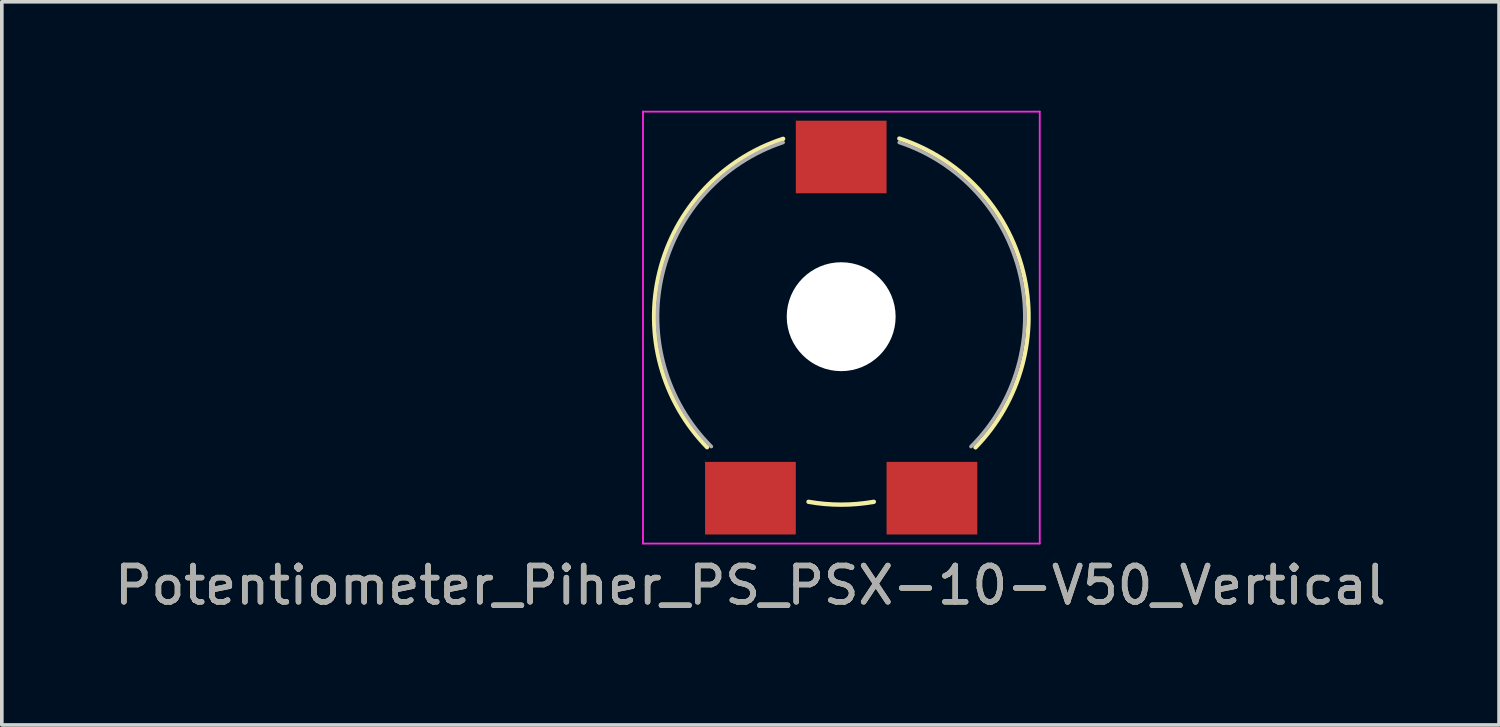
<source format=kicad_pcb>
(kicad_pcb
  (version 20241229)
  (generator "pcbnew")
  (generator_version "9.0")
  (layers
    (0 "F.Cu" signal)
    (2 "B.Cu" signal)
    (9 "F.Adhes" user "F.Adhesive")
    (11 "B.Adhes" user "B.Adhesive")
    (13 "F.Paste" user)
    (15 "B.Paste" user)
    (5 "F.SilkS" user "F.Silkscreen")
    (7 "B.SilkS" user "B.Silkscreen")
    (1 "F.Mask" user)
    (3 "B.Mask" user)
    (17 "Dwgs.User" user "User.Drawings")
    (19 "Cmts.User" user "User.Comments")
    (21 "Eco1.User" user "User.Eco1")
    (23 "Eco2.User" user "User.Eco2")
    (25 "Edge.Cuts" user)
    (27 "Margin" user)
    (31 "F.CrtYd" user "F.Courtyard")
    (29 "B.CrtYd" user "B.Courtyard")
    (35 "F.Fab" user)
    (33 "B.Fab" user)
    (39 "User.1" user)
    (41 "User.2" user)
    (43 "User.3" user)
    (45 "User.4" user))
  (footprint "Potentiometer_Piher_PS_PSX-10-V50_Vertical"
    (layer "F.Cu")
    (at 20.125 5.975)
    (property "Reference" "Potentiometer_Piher_PS_PSX-10-V50_Vertical" (at -2.5 7.1 0) (layer "F.SilkS") (effects (font (size 1 1) (thickness 0.15))))
    (attr smd)
    (fp_arc (start -3.694442 3.294593) (mid -5.004728 -1.533975) (end -1.6 -5.2) (stroke (width 0.12) (type solid)) (layer "F.SilkS"))
    (fp_arc (start 0.9 4.799999) (mid 0 4.878802) (end -0.9 4.799999) (stroke (width 0.12) (type solid)) (layer "F.SilkS"))
    (fp_arc (start 1.602405 -5.207372) (mid 5.012257 -1.535832) (end 3.7 3.3) (stroke (width 0.12) (type solid)) (layer "F.SilkS"))
    (fp_line (start -5.46 -5.95) (end -5.46 5.95) (stroke (width 0.05) (type solid)) (layer "F.CrtYd"))
    (fp_line (start -5.46 -5.95) (end 5.47 -5.95) (stroke (width 0.05) (type solid)) (layer "F.CrtYd"))
    (fp_line (start -5.46 5.95) (end 5.47 5.95) (stroke (width 0.05) (type solid)) (layer "F.CrtYd"))
    (fp_line (start 5.47 5.95) (end 5.47 -5.95) (stroke (width 0.05) (type solid)) (layer "F.CrtYd"))
    (fp_arc (start -3.577708 3.277708) (mid -4.924293 -1.462468) (end -1.599999 -5.099999) (stroke (width 0.1) (type solid)) (layer "F.Fab"))
    (fp_arc (start 1.599999 -5.099999) (mid 4.924292 -1.462468) (end 3.577708 3.277708) (stroke (width 0.1) (type solid)) (layer "F.Fab"))
    (fp_text user "${REFERENCE}" (at -2.5 7.1 0) (layer "F.Fab") (effects (font (size 1 1) (thickness 0.15))))
    (pad "" np_thru_hole circle (at 0 -0.3) (size 3 3) (drill 3) (layers "*.Cu" "*.Mask"))
    (pad "1" smd rect (at -2.5 4.7) (size 2.5 2) (layers "F.Cu" "F.Mask" "F.Paste"))
    (pad "2" smd rect (at 0 -4.7) (size 2.5 2) (layers "F.Cu" "F.Mask" "F.Paste"))
    (pad "3" smd rect (at 2.5 4.7) (size 2.5 2) (layers "F.Cu" "F.Mask" "F.Paste")))
  (gr_rect
    (start -3 -3)
    (end 38.25 16.923)
    (stroke (width 0.1) (type default))
    (fill no)
    (layer "Edge.Cuts")))
</source>
